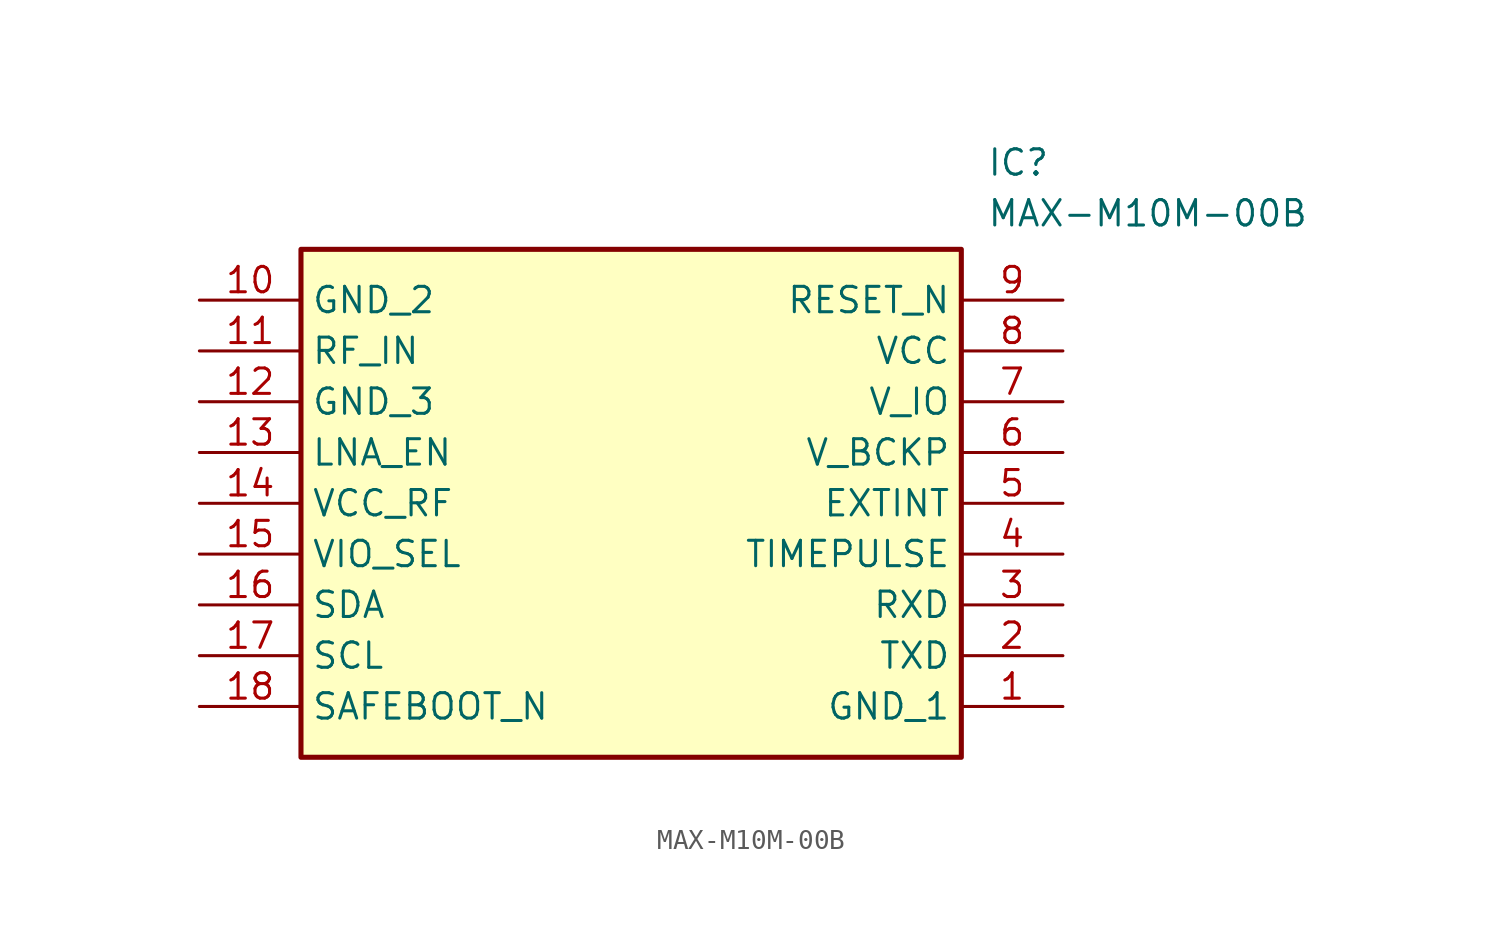
<source format=kicad_sym>
(kicad_symbol_lib
  (version 20211014)
  (generator SamacSys_ECAD_Model)
  (symbol "MAX-M10M-00B"
    (property "Reference" "IC"
      (at 39.37 7.62 0)
      (effects (font (size 1.27 1.27)) (justify left top)))
    (property "Value" "MAX-M10M-00B"
      (at 39.37 5.08 0)
      (effects (font (size 1.27 1.27)) (justify left top)))
    (rectangle
      (start 5.08 2.54)
      (end 38.1 -22.86)
      (stroke (width 0.254) (type default))
      (fill (type background)))
    (pin passive line
      (at 43.18 -20.32 180)
      (length 5.08)
      (name "GND_1" (effects (font (size 1.27 1.27))))
      (number "1" (effects (font (size 1.27 1.27)))))
    (pin passive line
      (at 43.18 -17.78 180)
      (length 5.08)
      (name "TXD" (effects (font (size 1.27 1.27))))
      (number "2" (effects (font (size 1.27 1.27)))))
    (pin passive line
      (at 43.18 -15.24 180)
      (length 5.08)
      (name "RXD" (effects (font (size 1.27 1.27))))
      (number "3" (effects (font (size 1.27 1.27)))))
    (pin passive line
      (at 43.18 -12.7 180)
      (length 5.08)
      (name "TIMEPULSE" (effects (font (size 1.27 1.27))))
      (number "4" (effects (font (size 1.27 1.27)))))
    (pin passive line
      (at 43.18 -10.16 180)
      (length 5.08)
      (name "EXTINT" (effects (font (size 1.27 1.27))))
      (number "5" (effects (font (size 1.27 1.27)))))
    (pin passive line
      (at 43.18 -7.62 180)
      (length 5.08)
      (name "V_BCKP" (effects (font (size 1.27 1.27))))
      (number "6" (effects (font (size 1.27 1.27)))))
    (pin passive line
      (at 43.18 -5.08 180)
      (length 5.08)
      (name "V_IO" (effects (font (size 1.27 1.27))))
      (number "7" (effects (font (size 1.27 1.27)))))
    (pin passive line
      (at 43.18 -2.54 180)
      (length 5.08)
      (name "VCC" (effects (font (size 1.27 1.27))))
      (number "8" (effects (font (size 1.27 1.27)))))
    (pin passive line
      (at 43.18 0 180)
      (length 5.08)
      (name "RESET_N" (effects (font (size 1.27 1.27))))
      (number "9" (effects (font (size 1.27 1.27)))))
    (pin passive line
      (at 0 0 0)
      (length 5.08)
      (name "GND_2" (effects (font (size 1.27 1.27))))
      (number "10" (effects (font (size 1.27 1.27)))))
    (pin passive line
      (at 0 -2.54 0)
      (length 5.08)
      (name "RF_IN" (effects (font (size 1.27 1.27))))
      (number "11" (effects (font (size 1.27 1.27)))))
    (pin passive line
      (at 0 -5.08 0)
      (length 5.08)
      (name "GND_3" (effects (font (size 1.27 1.27))))
      (number "12" (effects (font (size 1.27 1.27)))))
    (pin passive line
      (at 0 -7.62 0)
      (length 5.08)
      (name "LNA_EN" (effects (font (size 1.27 1.27))))
      (number "13" (effects (font (size 1.27 1.27)))))
    (pin passive line
      (at 0 -10.16 0)
      (length 5.08)
      (name "VCC_RF" (effects (font (size 1.27 1.27))))
      (number "14" (effects (font (size 1.27 1.27)))))
    (pin passive line
      (at 0 -12.7 0)
      (length 5.08)
      (name "VIO_SEL" (effects (font (size 1.27 1.27))))
      (number "15" (effects (font (size 1.27 1.27)))))
    (pin passive line
      (at 0 -15.24 0)
      (length 5.08)
      (name "SDA" (effects (font (size 1.27 1.27))))
      (number "16" (effects (font (size 1.27 1.27)))))
    (pin passive line
      (at 0 -17.78 0)
      (length 5.08)
      (name "SCL" (effects (font (size 1.27 1.27))))
      (number "17" (effects (font (size 1.27 1.27)))))
    (pin passive line
      (at 0 -20.32 0)
      (length 5.08)
      (name "SAFEBOOT_N" (effects (font (size 1.27 1.27))))
      (number "18" (effects (font (size 1.27 1.27)))))))
</source>
